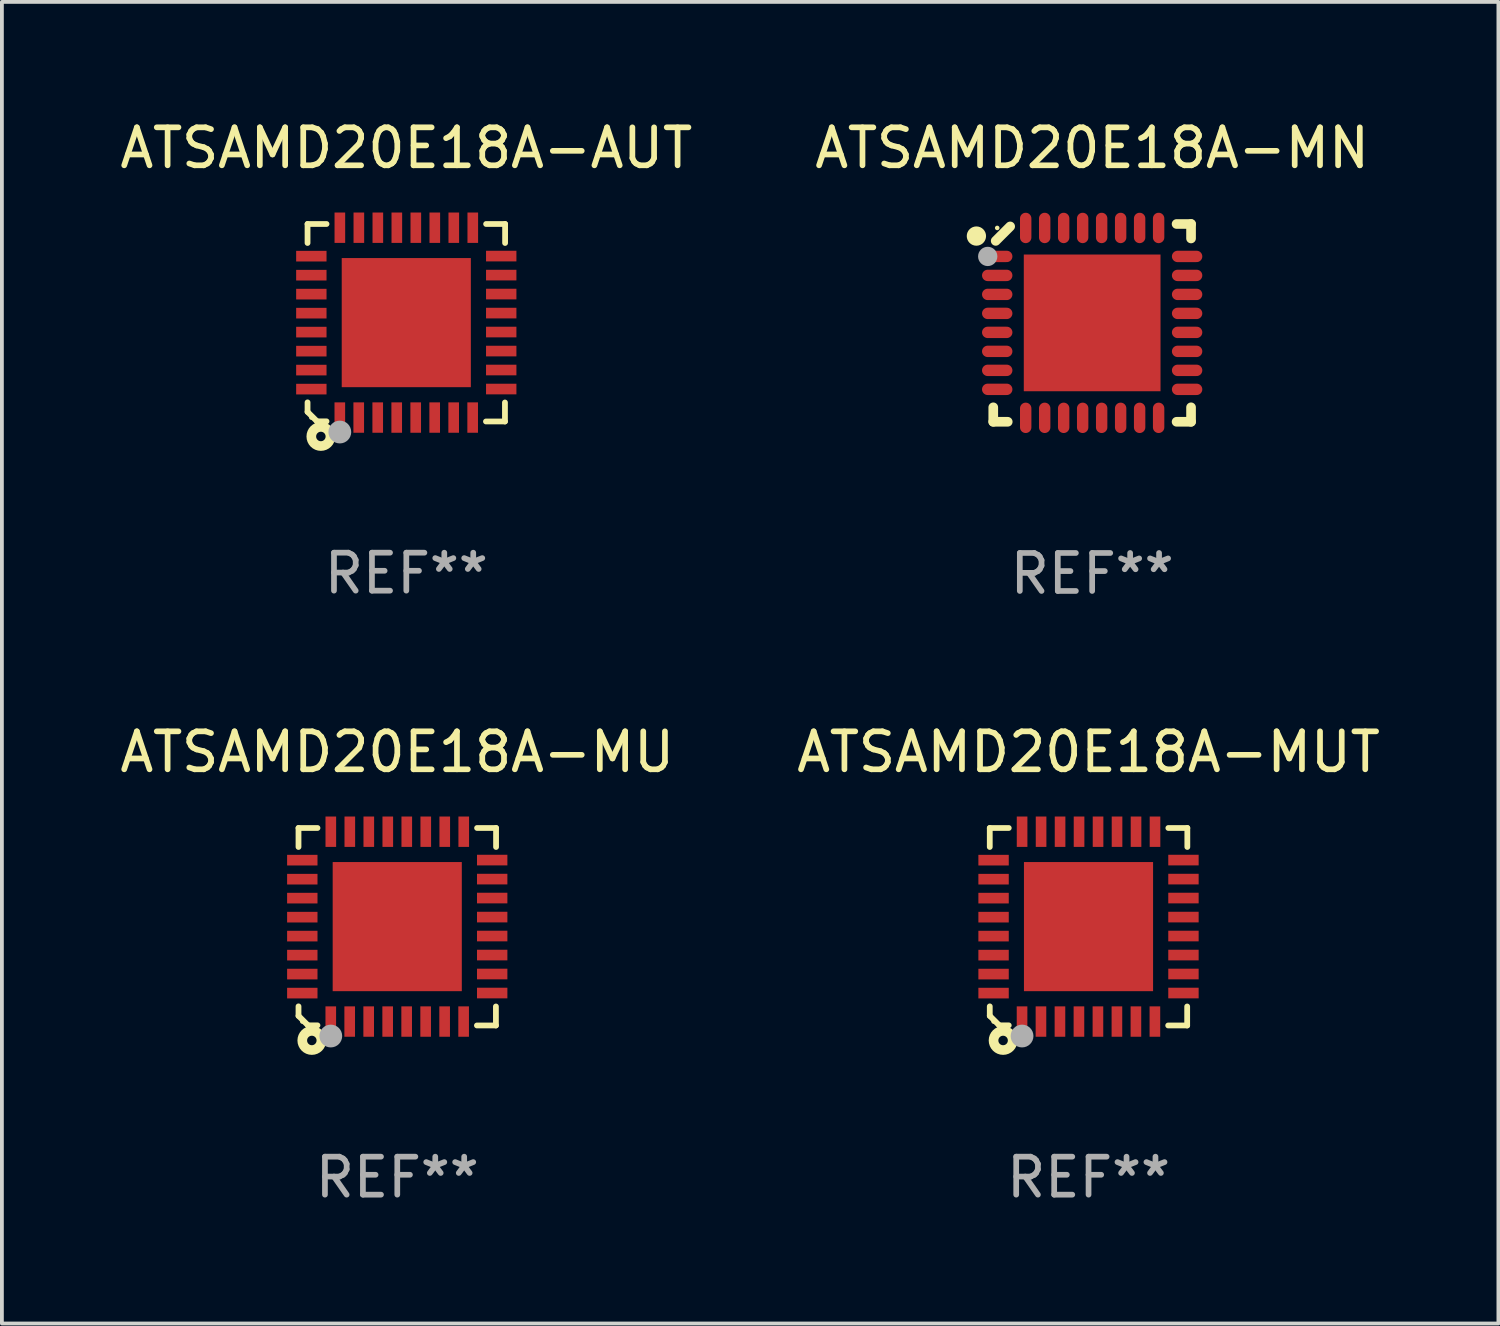
<source format=kicad_pcb>
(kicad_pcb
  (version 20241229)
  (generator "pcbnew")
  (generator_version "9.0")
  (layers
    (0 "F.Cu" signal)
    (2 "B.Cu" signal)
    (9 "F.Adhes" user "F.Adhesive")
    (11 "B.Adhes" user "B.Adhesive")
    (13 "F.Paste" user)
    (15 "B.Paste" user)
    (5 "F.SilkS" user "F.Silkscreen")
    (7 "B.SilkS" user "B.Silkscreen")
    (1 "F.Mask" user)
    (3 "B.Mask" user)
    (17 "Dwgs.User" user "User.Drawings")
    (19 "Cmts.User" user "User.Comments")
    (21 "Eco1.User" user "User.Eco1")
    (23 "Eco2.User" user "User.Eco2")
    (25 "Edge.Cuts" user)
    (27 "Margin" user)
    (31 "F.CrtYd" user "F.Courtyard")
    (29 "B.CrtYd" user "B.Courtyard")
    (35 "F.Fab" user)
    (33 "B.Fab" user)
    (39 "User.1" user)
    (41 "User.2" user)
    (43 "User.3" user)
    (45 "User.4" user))
  (footprint "ATSAMD20E18A-MUT"
    (layer "F.Cu")
    (at 25.613 21.352)
    (property "Reference" "ATSAMD20E18A-MUT" (at 0 -4.6 0) (layer "F.SilkS") (effects (font (size 1 1) (thickness 0.15))))
    (attr through_hole)
    (fp_line (start -2.601 2.097) (end -2.601 2.347) (stroke (width 0.152) (type solid)) (layer "F.SilkS"))
    (fp_line (start -2.601 2.347) (end -2.351 2.597) (stroke (width 0.152) (type solid)) (layer "F.SilkS"))
    (fp_line (start -2.601 -2.6) (end -2.601 -2.1) (stroke (width 0.152) (type solid)) (layer "F.SilkS"))
    (fp_line (start -2.601 -2.6) (end -2.101 -2.6) (stroke (width 0.152) (type solid)) (layer "F.SilkS"))
    (fp_line (start -2.351 2.597) (end -2.101 2.597) (stroke (width 0.152) (type solid)) (layer "F.SilkS"))
    (fp_line (start 2.597 2.6) (end 2.097 2.6) (stroke (width 0.152) (type solid)) (layer "F.SilkS"))
    (fp_line (start 2.597 2.6) (end 2.597 2.1) (stroke (width 0.152) (type solid)) (layer "F.SilkS"))
    (fp_line (start 2.601 -2.6) (end 2.101 -2.6) (stroke (width 0.152) (type solid)) (layer "F.SilkS"))
    (fp_line (start 2.601 -2.6) (end 2.601 -2.1) (stroke (width 0.152) (type solid)) (layer "F.SilkS"))
    (fp_circle (center -2.501 2.497) (end -2.471 2.497) (stroke (width 0.06) (type solid)) (fill no) (layer "F.SilkS"))
    (fp_circle (center -2.25 2.995) (end -2.125 2.995) (stroke (width 0.254) (type solid)) (fill no) (layer "F.SilkS"))
    (fp_circle (center -1.751 2.878) (end -1.601 2.878) (stroke (width 0.3) (type solid)) (fill no) (layer "F.Fab"))
    (fp_text user "REF**" (at 0 6.6 0) (layer "F.Fab") (effects (font (size 1 1) (thickness 0.15))))
    (pad "1" smd rect (at -1.751 2.497) (size 0.28 0.8) (layers "F.Cu" "F.Mask" "F.Paste"))
    (pad "2" smd rect (at -1.253 2.497) (size 0.28 0.8) (layers "F.Cu" "F.Mask" "F.Paste"))
    (pad "3" smd rect (at -0.753 2.497) (size 0.28 0.8) (layers "F.Cu" "F.Mask" "F.Paste"))
    (pad "4" smd rect (at -0.253 2.497) (size 0.28 0.8) (layers "F.Cu" "F.Mask" "F.Paste"))
    (pad "5" smd rect (at 0.247 2.497) (size 0.28 0.8) (layers "F.Cu" "F.Mask" "F.Paste"))
    (pad "6" smd rect (at 0.747 2.497) (size 0.28 0.8) (layers "F.Cu" "F.Mask" "F.Paste"))
    (pad "7" smd rect (at 1.247 2.497) (size 0.28 0.8) (layers "F.Cu" "F.Mask" "F.Paste"))
    (pad "8" smd rect (at 1.747 2.497) (size 0.28 0.8) (layers "F.Cu" "F.Mask" "F.Paste"))
    (pad "9" smd rect (at 2.499 1.746) (size 0.8 0.28) (layers "F.Cu" "F.Mask" "F.Paste"))
    (pad "10" smd rect (at 2.499 1.245) (size 0.8 0.28) (layers "F.Cu" "F.Mask" "F.Paste"))
    (pad "11" smd rect (at 2.499 0.746) (size 0.8 0.28) (layers "F.Cu" "F.Mask" "F.Paste"))
    (pad "12" smd rect (at 2.499 0.245) (size 0.8 0.28) (layers "F.Cu" "F.Mask" "F.Paste"))
    (pad "13" smd rect (at 2.499 -0.254) (size 0.8 0.28) (layers "F.Cu" "F.Mask" "F.Paste"))
    (pad "14" smd rect (at 2.499 -0.755) (size 0.8 0.28) (layers "F.Cu" "F.Mask" "F.Paste"))
    (pad "15" smd rect (at 2.499 -1.254) (size 0.8 0.28) (layers "F.Cu" "F.Mask" "F.Paste"))
    (pad "16" smd rect (at 2.499 -1.755) (size 0.8 0.28) (layers "F.Cu" "F.Mask" "F.Paste"))
    (pad "17" smd rect (at 1.75 -2.502) (size 0.28 0.8) (layers "F.Cu" "F.Mask" "F.Paste"))
    (pad "18" smd rect (at 1.25 -2.502) (size 0.28 0.8) (layers "F.Cu" "F.Mask" "F.Paste"))
    (pad "19" smd rect (at 0.75 -2.502) (size 0.28 0.8) (layers "F.Cu" "F.Mask" "F.Paste"))
    (pad "20" smd rect (at 0.25 -2.502) (size 0.28 0.8) (layers "F.Cu" "F.Mask" "F.Paste"))
    (pad "21" smd rect (at -0.25 -2.502) (size 0.28 0.8) (layers "F.Cu" "F.Mask" "F.Paste"))
    (pad "22" smd rect (at -0.75 -2.502) (size 0.28 0.8) (layers "F.Cu" "F.Mask" "F.Paste"))
    (pad "23" smd rect (at -1.25 -2.502) (size 0.28 0.8) (layers "F.Cu" "F.Mask" "F.Paste"))
    (pad "24" smd rect (at -1.75 -2.502) (size 0.28 0.8) (layers "F.Cu" "F.Mask" "F.Paste"))
    (pad "25" smd rect (at -2.501 -1.753) (size 0.8 0.28) (layers "F.Cu" "F.Mask" "F.Paste"))
    (pad "26" smd rect (at -2.501 -1.252) (size 0.8 0.28) (layers "F.Cu" "F.Mask" "F.Paste"))
    (pad "27" smd rect (at -2.501 -0.753) (size 0.8 0.28) (layers "F.Cu" "F.Mask" "F.Paste"))
    (pad "28" smd rect (at -2.501 -0.252) (size 0.8 0.28) (layers "F.Cu" "F.Mask" "F.Paste"))
    (pad "29" smd rect (at -2.501 0.247) (size 0.8 0.28) (layers "F.Cu" "F.Mask" "F.Paste"))
    (pad "30" smd rect (at -2.501 0.748) (size 0.8 0.28) (layers "F.Cu" "F.Mask" "F.Paste"))
    (pad "31" smd rect (at -2.501 1.247) (size 0.8 0.28) (layers "F.Cu" "F.Mask" "F.Paste"))
    (pad "32" smd rect (at -2.501 1.748) (size 0.8 0.28) (layers "F.Cu" "F.Mask" "F.Paste"))
    (pad "33" smd rect (at -0.001 -0.003 180) (size 3.4 3.4) (layers "F.Cu" "F.Mask" "F.Paste")))
  (footprint "ATSAMD20E18A-MU"
    (layer "F.Cu")
    (at 7.411 21.352)
    (property "Reference" "ATSAMD20E18A-MU" (at 0 -4.6 0) (layer "F.SilkS") (effects (font (size 1 1) (thickness 0.15))))
    (attr through_hole)
    (fp_line (start -2.601 2.097) (end -2.601 2.347) (stroke (width 0.152) (type solid)) (layer "F.SilkS"))
    (fp_line (start -2.601 2.347) (end -2.351 2.597) (stroke (width 0.152) (type solid)) (layer "F.SilkS"))
    (fp_line (start -2.601 -2.6) (end -2.601 -2.1) (stroke (width 0.152) (type solid)) (layer "F.SilkS"))
    (fp_line (start -2.601 -2.6) (end -2.101 -2.6) (stroke (width 0.152) (type solid)) (layer "F.SilkS"))
    (fp_line (start -2.351 2.597) (end -2.101 2.597) (stroke (width 0.152) (type solid)) (layer "F.SilkS"))
    (fp_line (start 2.597 2.6) (end 2.097 2.6) (stroke (width 0.152) (type solid)) (layer "F.SilkS"))
    (fp_line (start 2.597 2.6) (end 2.597 2.1) (stroke (width 0.152) (type solid)) (layer "F.SilkS"))
    (fp_line (start 2.601 -2.6) (end 2.101 -2.6) (stroke (width 0.152) (type solid)) (layer "F.SilkS"))
    (fp_line (start 2.601 -2.6) (end 2.601 -2.1) (stroke (width 0.152) (type solid)) (layer "F.SilkS"))
    (fp_circle (center -2.501 2.497) (end -2.471 2.497) (stroke (width 0.06) (type solid)) (fill no) (layer "F.SilkS"))
    (fp_circle (center -2.25 2.995) (end -2.125 2.995) (stroke (width 0.254) (type solid)) (fill no) (layer "F.SilkS"))
    (fp_circle (center -1.751 2.878) (end -1.601 2.878) (stroke (width 0.3) (type solid)) (fill no) (layer "F.Fab"))
    (fp_text user "REF**" (at 0 6.6 0) (layer "F.Fab") (effects (font (size 1 1) (thickness 0.15))))
    (pad "1" smd rect (at -1.751 2.497) (size 0.28 0.8) (layers "F.Cu" "F.Mask" "F.Paste"))
    (pad "2" smd rect (at -1.253 2.497) (size 0.28 0.8) (layers "F.Cu" "F.Mask" "F.Paste"))
    (pad "3" smd rect (at -0.753 2.497) (size 0.28 0.8) (layers "F.Cu" "F.Mask" "F.Paste"))
    (pad "4" smd rect (at -0.253 2.497) (size 0.28 0.8) (layers "F.Cu" "F.Mask" "F.Paste"))
    (pad "5" smd rect (at 0.247 2.497) (size 0.28 0.8) (layers "F.Cu" "F.Mask" "F.Paste"))
    (pad "6" smd rect (at 0.747 2.497) (size 0.28 0.8) (layers "F.Cu" "F.Mask" "F.Paste"))
    (pad "7" smd rect (at 1.247 2.497) (size 0.28 0.8) (layers "F.Cu" "F.Mask" "F.Paste"))
    (pad "8" smd rect (at 1.747 2.497) (size 0.28 0.8) (layers "F.Cu" "F.Mask" "F.Paste"))
    (pad "9" smd rect (at 2.499 1.746) (size 0.8 0.28) (layers "F.Cu" "F.Mask" "F.Paste"))
    (pad "10" smd rect (at 2.499 1.245) (size 0.8 0.28) (layers "F.Cu" "F.Mask" "F.Paste"))
    (pad "11" smd rect (at 2.499 0.746) (size 0.8 0.28) (layers "F.Cu" "F.Mask" "F.Paste"))
    (pad "12" smd rect (at 2.499 0.245) (size 0.8 0.28) (layers "F.Cu" "F.Mask" "F.Paste"))
    (pad "13" smd rect (at 2.499 -0.254) (size 0.8 0.28) (layers "F.Cu" "F.Mask" "F.Paste"))
    (pad "14" smd rect (at 2.499 -0.755) (size 0.8 0.28) (layers "F.Cu" "F.Mask" "F.Paste"))
    (pad "15" smd rect (at 2.499 -1.254) (size 0.8 0.28) (layers "F.Cu" "F.Mask" "F.Paste"))
    (pad "16" smd rect (at 2.499 -1.755) (size 0.8 0.28) (layers "F.Cu" "F.Mask" "F.Paste"))
    (pad "17" smd rect (at 1.75 -2.502) (size 0.28 0.8) (layers "F.Cu" "F.Mask" "F.Paste"))
    (pad "18" smd rect (at 1.25 -2.502) (size 0.28 0.8) (layers "F.Cu" "F.Mask" "F.Paste"))
    (pad "19" smd rect (at 0.75 -2.502) (size 0.28 0.8) (layers "F.Cu" "F.Mask" "F.Paste"))
    (pad "20" smd rect (at 0.25 -2.502) (size 0.28 0.8) (layers "F.Cu" "F.Mask" "F.Paste"))
    (pad "21" smd rect (at -0.25 -2.502) (size 0.28 0.8) (layers "F.Cu" "F.Mask" "F.Paste"))
    (pad "22" smd rect (at -0.75 -2.502) (size 0.28 0.8) (layers "F.Cu" "F.Mask" "F.Paste"))
    (pad "23" smd rect (at -1.25 -2.502) (size 0.28 0.8) (layers "F.Cu" "F.Mask" "F.Paste"))
    (pad "24" smd rect (at -1.75 -2.502) (size 0.28 0.8) (layers "F.Cu" "F.Mask" "F.Paste"))
    (pad "25" smd rect (at -2.501 -1.753) (size 0.8 0.28) (layers "F.Cu" "F.Mask" "F.Paste"))
    (pad "26" smd rect (at -2.501 -1.252) (size 0.8 0.28) (layers "F.Cu" "F.Mask" "F.Paste"))
    (pad "27" smd rect (at -2.501 -0.753) (size 0.8 0.28) (layers "F.Cu" "F.Mask" "F.Paste"))
    (pad "28" smd rect (at -2.501 -0.252) (size 0.8 0.28) (layers "F.Cu" "F.Mask" "F.Paste"))
    (pad "29" smd rect (at -2.501 0.247) (size 0.8 0.28) (layers "F.Cu" "F.Mask" "F.Paste"))
    (pad "30" smd rect (at -2.501 0.748) (size 0.8 0.28) (layers "F.Cu" "F.Mask" "F.Paste"))
    (pad "31" smd rect (at -2.501 1.247) (size 0.8 0.28) (layers "F.Cu" "F.Mask" "F.Paste"))
    (pad "32" smd rect (at -2.501 1.748) (size 0.8 0.28) (layers "F.Cu" "F.Mask" "F.Paste"))
    (pad "33" smd rect (at -0.001 -0.003 180) (size 3.4 3.4) (layers "F.Cu" "F.Mask" "F.Paste")))
  (footprint "ATSAMD20E18A-AUT"
    (layer "F.Cu")
    (at 7.649 5.448)
    (property "Reference" "ATSAMD20E18A-AUT" (at 0 -4.6 0) (layer "F.SilkS") (effects (font (size 1 1) (thickness 0.15))))
    (attr through_hole)
    (fp_line (start -2.601 2.097) (end -2.601 2.347) (stroke (width 0.152) (type solid)) (layer "F.SilkS"))
    (fp_line (start -2.601 2.347) (end -2.351 2.597) (stroke (width 0.152) (type solid)) (layer "F.SilkS"))
    (fp_line (start -2.601 -2.6) (end -2.601 -2.1) (stroke (width 0.152) (type solid)) (layer "F.SilkS"))
    (fp_line (start -2.601 -2.6) (end -2.101 -2.6) (stroke (width 0.152) (type solid)) (layer "F.SilkS"))
    (fp_line (start -2.351 2.597) (end -2.101 2.597) (stroke (width 0.152) (type solid)) (layer "F.SilkS"))
    (fp_line (start 2.597 2.6) (end 2.097 2.6) (stroke (width 0.152) (type solid)) (layer "F.SilkS"))
    (fp_line (start 2.597 2.6) (end 2.597 2.1) (stroke (width 0.152) (type solid)) (layer "F.SilkS"))
    (fp_line (start 2.601 -2.6) (end 2.101 -2.6) (stroke (width 0.152) (type solid)) (layer "F.SilkS"))
    (fp_line (start 2.601 -2.6) (end 2.601 -2.1) (stroke (width 0.152) (type solid)) (layer "F.SilkS"))
    (fp_circle (center -2.501 2.497) (end -2.471 2.497) (stroke (width 0.06) (type solid)) (fill no) (layer "F.SilkS"))
    (fp_circle (center -2.25 2.995) (end -2.125 2.995) (stroke (width 0.254) (type solid)) (fill no) (layer "F.SilkS"))
    (fp_circle (center -1.751 2.878) (end -1.601 2.878) (stroke (width 0.3) (type solid)) (fill no) (layer "F.Fab"))
    (fp_text user "REF**" (at 0 6.6 0) (layer "F.Fab") (effects (font (size 1 1) (thickness 0.15))))
    (pad "1" smd rect (at -1.751 2.497) (size 0.28 0.8) (layers "F.Cu" "F.Mask" "F.Paste"))
    (pad "2" smd rect (at -1.253 2.497) (size 0.28 0.8) (layers "F.Cu" "F.Mask" "F.Paste"))
    (pad "3" smd rect (at -0.753 2.497) (size 0.28 0.8) (layers "F.Cu" "F.Mask" "F.Paste"))
    (pad "4" smd rect (at -0.253 2.497) (size 0.28 0.8) (layers "F.Cu" "F.Mask" "F.Paste"))
    (pad "5" smd rect (at 0.247 2.497) (size 0.28 0.8) (layers "F.Cu" "F.Mask" "F.Paste"))
    (pad "6" smd rect (at 0.747 2.497) (size 0.28 0.8) (layers "F.Cu" "F.Mask" "F.Paste"))
    (pad "7" smd rect (at 1.247 2.497) (size 0.28 0.8) (layers "F.Cu" "F.Mask" "F.Paste"))
    (pad "8" smd rect (at 1.747 2.497) (size 0.28 0.8) (layers "F.Cu" "F.Mask" "F.Paste"))
    (pad "9" smd rect (at 2.499 1.746) (size 0.8 0.28) (layers "F.Cu" "F.Mask" "F.Paste"))
    (pad "10" smd rect (at 2.499 1.245) (size 0.8 0.28) (layers "F.Cu" "F.Mask" "F.Paste"))
    (pad "11" smd rect (at 2.499 0.746) (size 0.8 0.28) (layers "F.Cu" "F.Mask" "F.Paste"))
    (pad "12" smd rect (at 2.499 0.245) (size 0.8 0.28) (layers "F.Cu" "F.Mask" "F.Paste"))
    (pad "13" smd rect (at 2.499 -0.254) (size 0.8 0.28) (layers "F.Cu" "F.Mask" "F.Paste"))
    (pad "14" smd rect (at 2.499 -0.755) (size 0.8 0.28) (layers "F.Cu" "F.Mask" "F.Paste"))
    (pad "15" smd rect (at 2.499 -1.254) (size 0.8 0.28) (layers "F.Cu" "F.Mask" "F.Paste"))
    (pad "16" smd rect (at 2.499 -1.755) (size 0.8 0.28) (layers "F.Cu" "F.Mask" "F.Paste"))
    (pad "17" smd rect (at 1.75 -2.502) (size 0.28 0.8) (layers "F.Cu" "F.Mask" "F.Paste"))
    (pad "18" smd rect (at 1.25 -2.502) (size 0.28 0.8) (layers "F.Cu" "F.Mask" "F.Paste"))
    (pad "19" smd rect (at 0.75 -2.502) (size 0.28 0.8) (layers "F.Cu" "F.Mask" "F.Paste"))
    (pad "20" smd rect (at 0.25 -2.502) (size 0.28 0.8) (layers "F.Cu" "F.Mask" "F.Paste"))
    (pad "21" smd rect (at -0.25 -2.502) (size 0.28 0.8) (layers "F.Cu" "F.Mask" "F.Paste"))
    (pad "22" smd rect (at -0.75 -2.502) (size 0.28 0.8) (layers "F.Cu" "F.Mask" "F.Paste"))
    (pad "23" smd rect (at -1.25 -2.502) (size 0.28 0.8) (layers "F.Cu" "F.Mask" "F.Paste"))
    (pad "24" smd rect (at -1.75 -2.502) (size 0.28 0.8) (layers "F.Cu" "F.Mask" "F.Paste"))
    (pad "25" smd rect (at -2.501 -1.753) (size 0.8 0.28) (layers "F.Cu" "F.Mask" "F.Paste"))
    (pad "26" smd rect (at -2.501 -1.252) (size 0.8 0.28) (layers "F.Cu" "F.Mask" "F.Paste"))
    (pad "27" smd rect (at -2.501 -0.753) (size 0.8 0.28) (layers "F.Cu" "F.Mask" "F.Paste"))
    (pad "28" smd rect (at -2.501 -0.252) (size 0.8 0.28) (layers "F.Cu" "F.Mask" "F.Paste"))
    (pad "29" smd rect (at -2.501 0.247) (size 0.8 0.28) (layers "F.Cu" "F.Mask" "F.Paste"))
    (pad "30" smd rect (at -2.501 0.748) (size 0.8 0.28) (layers "F.Cu" "F.Mask" "F.Paste"))
    (pad "31" smd rect (at -2.501 1.247) (size 0.8 0.28) (layers "F.Cu" "F.Mask" "F.Paste"))
    (pad "32" smd rect (at -2.501 1.748) (size 0.8 0.28) (layers "F.Cu" "F.Mask" "F.Paste"))
    (pad "33" smd rect (at -0.001 -0.003 180) (size 3.4 3.4) (layers "F.Cu" "F.Mask" "F.Paste")))
  (footprint "ATSAMD20E18A-MN"
    (layer "F.Cu")
    (at 25.708 5.452)
    (property "Reference" "ATSAMD20E18A-MN" (at 0 -4.604 0) (layer "F.SilkS") (effects (font (size 1 1) (thickness 0.15))))
    (attr through_hole)
    (fp_line (start -2.604 2.223) (end -2.604 2.604) (stroke (width 0.254) (type solid)) (layer "F.SilkS"))
    (fp_line (start -2.604 2.604) (end -2.223 2.604) (stroke (width 0.254) (type solid)) (layer "F.SilkS"))
    (fp_line (start -2.159 -2.54) (end -2.54 -2.159) (stroke (width 0.254) (type solid)) (layer "F.SilkS"))
    (fp_line (start 2.223 2.604) (end 2.604 2.604) (stroke (width 0.254) (type solid)) (layer "F.SilkS"))
    (fp_line (start 2.604 -2.604) (end 2.223 -2.604) (stroke (width 0.254) (type solid)) (layer "F.SilkS"))
    (fp_line (start 2.604 -2.223) (end 2.604 -2.604) (stroke (width 0.254) (type solid)) (layer "F.SilkS"))
    (fp_line (start 2.604 2.604) (end 2.604 2.223) (stroke (width 0.254) (type solid)) (layer "F.SilkS"))
    (fp_circle (center -3.048 -2.286) (end -2.921 -2.286) (stroke (width 0.254) (type solid)) (fill no) (layer "F.SilkS"))
    (fp_circle (center -2.5 -2.5) (end -2.47 -2.5) (stroke (width 0.06) (type solid)) (fill no) (layer "F.SilkS"))
    (fp_circle (center -2.75 -1.75) (end -2.623 -1.75) (stroke (width 0.254) (type solid)) (fill no) (layer "F.Fab"))
    (fp_text user "REF**" (at 0 6.604 0) (layer "F.Fab") (effects (font (size 1 1) (thickness 0.15))))
    (pad "1" smd oval (at -2.5 -1.75) (size 0.8 0.3) (layers "F.Cu" "F.Mask" "F.Paste"))
    (pad "2" smd oval (at -2.5 -1.25) (size 0.8 0.3) (layers "F.Cu" "F.Mask" "F.Paste"))
    (pad "3" smd oval (at -2.5 -0.75) (size 0.8 0.3) (layers "F.Cu" "F.Mask" "F.Paste"))
    (pad "4" smd oval (at -2.5 -0.25) (size 0.8 0.3) (layers "F.Cu" "F.Mask" "F.Paste"))
    (pad "5" smd oval (at -2.5 0.25) (size 0.8 0.3) (layers "F.Cu" "F.Mask" "F.Paste"))
    (pad "6" smd oval (at -2.5 0.75) (size 0.8 0.3) (layers "F.Cu" "F.Mask" "F.Paste"))
    (pad "7" smd oval (at -2.5 1.25) (size 0.8 0.3) (layers "F.Cu" "F.Mask" "F.Paste"))
    (pad "8" smd oval (at -2.5 1.75) (size 0.8 0.3) (layers "F.Cu" "F.Mask" "F.Paste"))
    (pad "9" smd oval (at -1.75 2.5) (size 0.3 0.8) (layers "F.Cu" "F.Mask" "F.Paste"))
    (pad "10" smd oval (at -1.25 2.5) (size 0.3 0.8) (layers "F.Cu" "F.Mask" "F.Paste"))
    (pad "11" smd oval (at -0.75 2.5) (size 0.3 0.8) (layers "F.Cu" "F.Mask" "F.Paste"))
    (pad "12" smd oval (at -0.25 2.5) (size 0.3 0.8) (layers "F.Cu" "F.Mask" "F.Paste"))
    (pad "13" smd oval (at 0.25 2.5) (size 0.3 0.8) (layers "F.Cu" "F.Mask" "F.Paste"))
    (pad "14" smd oval (at 0.75 2.5) (size 0.3 0.8) (layers "F.Cu" "F.Mask" "F.Paste"))
    (pad "15" smd oval (at 1.25 2.5) (size 0.3 0.8) (layers "F.Cu" "F.Mask" "F.Paste"))
    (pad "16" smd oval (at 1.75 2.5) (size 0.3 0.8) (layers "F.Cu" "F.Mask" "F.Paste"))
    (pad "17" smd oval (at 2.5 1.75) (size 0.8 0.3) (layers "F.Cu" "F.Mask" "F.Paste"))
    (pad "18" smd oval (at 2.5 1.25) (size 0.8 0.3) (layers "F.Cu" "F.Mask" "F.Paste"))
    (pad "19" smd oval (at 2.5 0.75) (size 0.8 0.3) (layers "F.Cu" "F.Mask" "F.Paste"))
    (pad "20" smd oval (at 2.5 0.25) (size 0.8 0.3) (layers "F.Cu" "F.Mask" "F.Paste"))
    (pad "21" smd oval (at 2.5 -0.25) (size 0.8 0.3) (layers "F.Cu" "F.Mask" "F.Paste"))
    (pad "22" smd oval (at 2.5 -0.75) (size 0.8 0.3) (layers "F.Cu" "F.Mask" "F.Paste"))
    (pad "23" smd oval (at 2.5 -1.25) (size 0.8 0.3) (layers "F.Cu" "F.Mask" "F.Paste"))
    (pad "24" smd oval (at 2.5 -1.75) (size 0.8 0.3) (layers "F.Cu" "F.Mask" "F.Paste"))
    (pad "25" smd oval (at 1.75 -2.5) (size 0.3 0.8) (layers "F.Cu" "F.Mask" "F.Paste"))
    (pad "26" smd oval (at 1.25 -2.5) (size 0.3 0.8) (layers "F.Cu" "F.Mask" "F.Paste"))
    (pad "27" smd oval (at 0.75 -2.5) (size 0.3 0.8) (layers "F.Cu" "F.Mask" "F.Paste"))
    (pad "28" smd oval (at 0.25 -2.5) (size 0.3 0.8) (layers "F.Cu" "F.Mask" "F.Paste"))
    (pad "29" smd oval (at -0.25 -2.5) (size 0.3 0.8) (layers "F.Cu" "F.Mask" "F.Paste"))
    (pad "30" smd oval (at -0.75 -2.5) (size 0.3 0.8) (layers "F.Cu" "F.Mask" "F.Paste"))
    (pad "31" smd oval (at -1.25 -2.5) (size 0.3 0.8) (layers "F.Cu" "F.Mask" "F.Paste"))
    (pad "32" smd oval (at -1.75 -2.5) (size 0.3 0.8) (layers "F.Cu" "F.Mask" "F.Paste"))
    (pad "33" smd rect (at -0.000076 0) (size 3.6 3.6) (layers "F.Cu" "F.Mask" "F.Paste")))
  (gr_rect
    (start -3 -3)
    (end 36.405 31.8)
    (stroke (width 0.1) (type default))
    (fill no)
    (layer "Edge.Cuts")))
</source>
